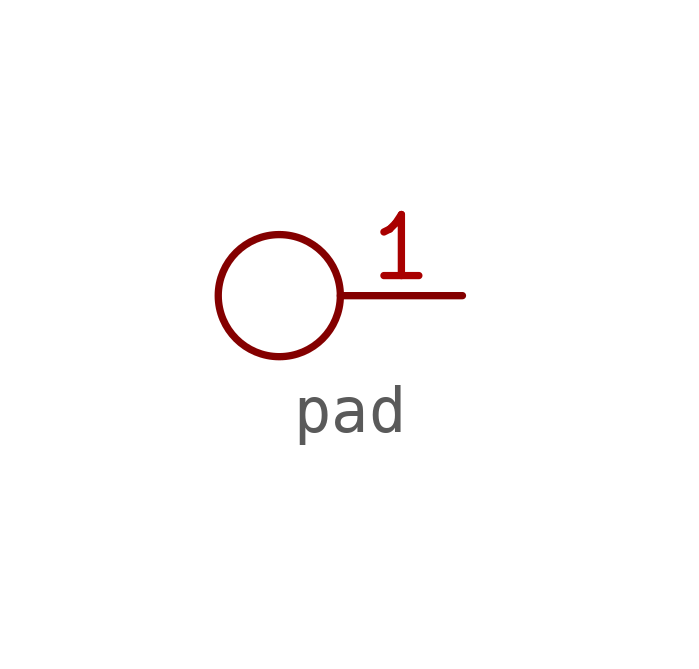
<source format=kicad_sym>
(kicad_symbol_lib
  (version 20231120)
  (generator "kicad_symbol_editor")
  (generator_version "8.0")
  (symbol "pad"
    (property "Reference" "P"
      (at 0 2.286 0)
      (effects (font (size 1.27 1.27)) (hide yes)))
    (property "Value" ""
      (at 0 0 0)
      (effects (font (size 1.27 1.27))))
    (symbol "pad_0_1"
      (circle (center 0 0) (radius 1.27) (stroke (width 0) (type default)) (fill (type none))))
    (symbol "pad_1_1"
      (pin passive line (at 3.81 0 180) (length 2.54) (name "" (effects (font (size 1.27 1.27)))) (number "1" (effects (font (size 1.27 1.27))))))))
</source>
